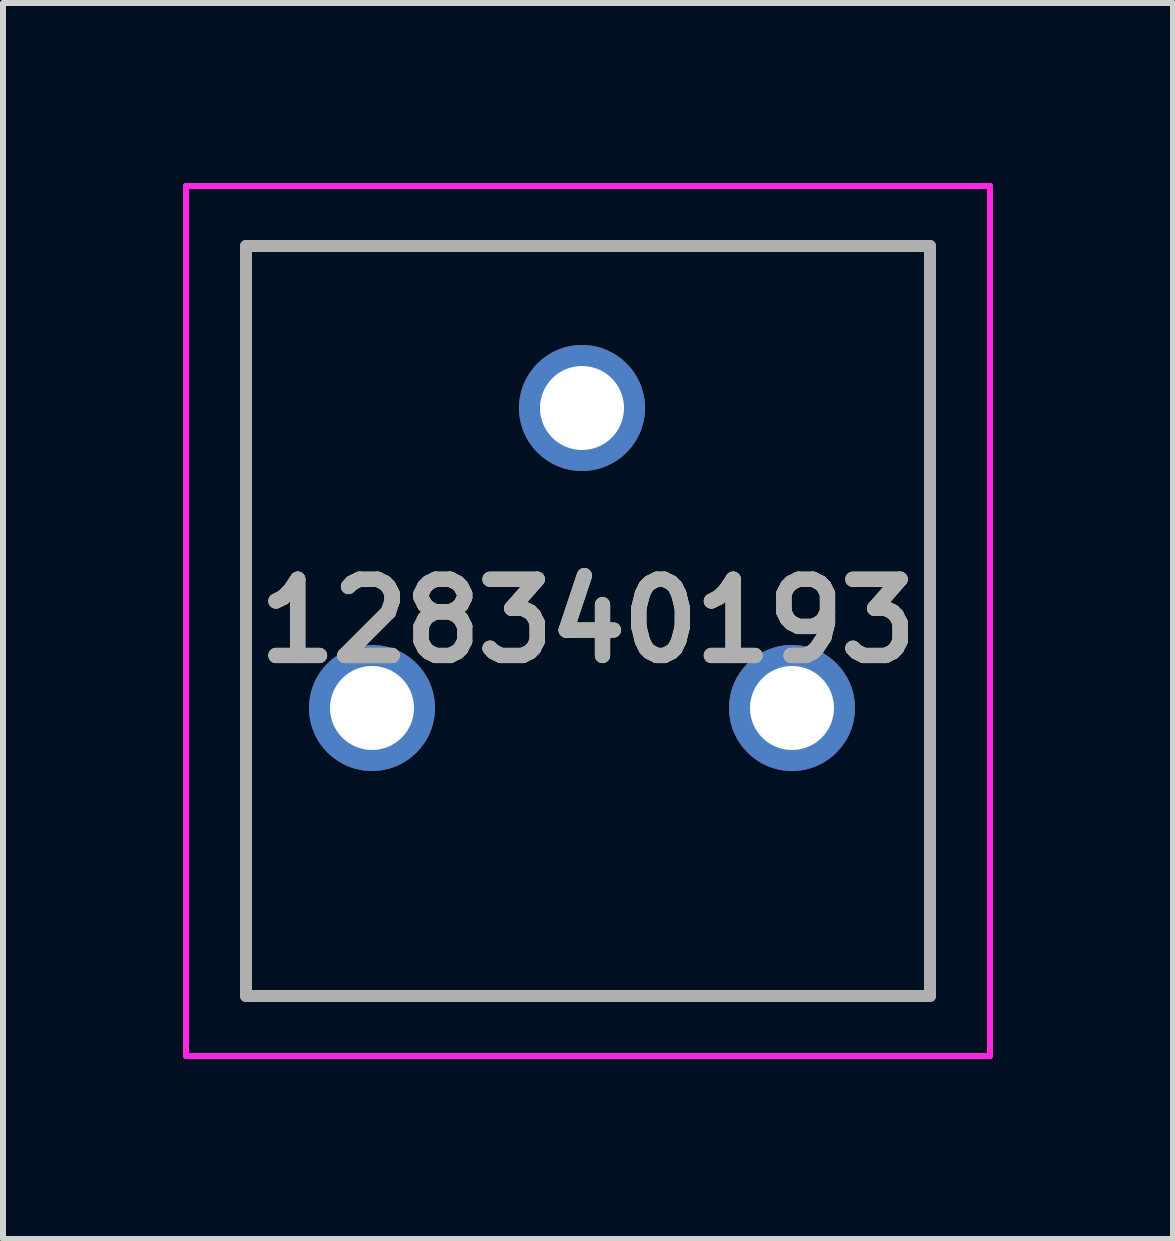
<source format=kicad_pcb>
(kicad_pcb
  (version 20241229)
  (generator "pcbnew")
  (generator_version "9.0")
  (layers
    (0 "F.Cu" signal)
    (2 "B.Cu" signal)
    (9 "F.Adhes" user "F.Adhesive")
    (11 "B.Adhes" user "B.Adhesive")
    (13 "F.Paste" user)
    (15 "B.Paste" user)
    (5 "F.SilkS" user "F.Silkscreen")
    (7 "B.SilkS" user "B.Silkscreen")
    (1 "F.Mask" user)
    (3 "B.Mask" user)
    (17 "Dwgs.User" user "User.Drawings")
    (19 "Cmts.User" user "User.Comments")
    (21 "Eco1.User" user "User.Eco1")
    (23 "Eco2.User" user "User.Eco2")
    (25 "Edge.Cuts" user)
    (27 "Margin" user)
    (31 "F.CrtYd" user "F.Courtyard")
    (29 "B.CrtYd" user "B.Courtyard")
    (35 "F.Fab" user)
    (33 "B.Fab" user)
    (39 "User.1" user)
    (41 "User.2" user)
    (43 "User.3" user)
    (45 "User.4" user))
  (footprint "128340193"
    (layer "F.Cu")
    (at 3.15 8.75)
    (property "Reference" "128340193" (at 3.6 -1.45 0) (layer "F.SilkS") (effects (font (size 1.27 1.27) (thickness 0.254))))
    (attr through_hole)
    (fp_line (start -2.1 -7.7) (end 9.3 -7.7) (stroke (width 0.1) (type solid)) (layer "F.SilkS"))
    (fp_line (start -2.1 4.8) (end -2.1 -7.7) (stroke (width 0.1) (type solid)) (layer "F.SilkS"))
    (fp_line (start 9.3 -7.7) (end 9.3 4.8) (stroke (width 0.1) (type solid)) (layer "F.SilkS"))
    (fp_line (start 9.3 4.8) (end -2.1 4.8) (stroke (width 0.1) (type solid)) (layer "F.SilkS"))
    (fp_line (start -3.1 -8.7) (end 10.3 -8.7) (stroke (width 0.1) (type solid)) (layer "F.CrtYd"))
    (fp_line (start -3.1 5.8) (end -3.1 -8.7) (stroke (width 0.1) (type solid)) (layer "F.CrtYd"))
    (fp_line (start 10.3 -8.7) (end 10.3 5.8) (stroke (width 0.1) (type solid)) (layer "F.CrtYd"))
    (fp_line (start 10.3 5.8) (end -3.1 5.8) (stroke (width 0.1) (type solid)) (layer "F.CrtYd"))
    (fp_line (start -2.1 -7.7) (end 9.3 -7.7) (stroke (width 0.2) (type solid)) (layer "F.Fab"))
    (fp_line (start -2.1 4.8) (end -2.1 -7.7) (stroke (width 0.2) (type solid)) (layer "F.Fab"))
    (fp_line (start 9.3 -7.7) (end 9.3 4.8) (stroke (width 0.2) (type solid)) (layer "F.Fab"))
    (fp_line (start 9.3 4.8) (end -2.1 4.8) (stroke (width 0.2) (type solid)) (layer "F.Fab"))
    (fp_text user "${REFERENCE}" (at 3.6 -1.45 0) (layer "F.Fab") (effects (font (size 1.27 1.27) (thickness 0.254))))
    (pad "1" thru_hole circle (at 0 0) (size 2.1 2.1) (drill 1.4) (layers "*.Cu" "*.Mask"))
    (pad "2" thru_hole circle (at 3.5 -5) (size 2.1 2.1) (drill 1.4) (layers "*.Cu" "*.Mask"))
    (pad "3" thru_hole circle (at 7 0) (size 2.1 2.1) (drill 1.4) (layers "*.Cu" "*.Mask")))
  (gr_rect
    (start -3 -3)
    (end 16.5 17.6)
    (stroke (width 0.1) (type default))
    (fill no)
    (layer "Edge.Cuts")))
</source>
